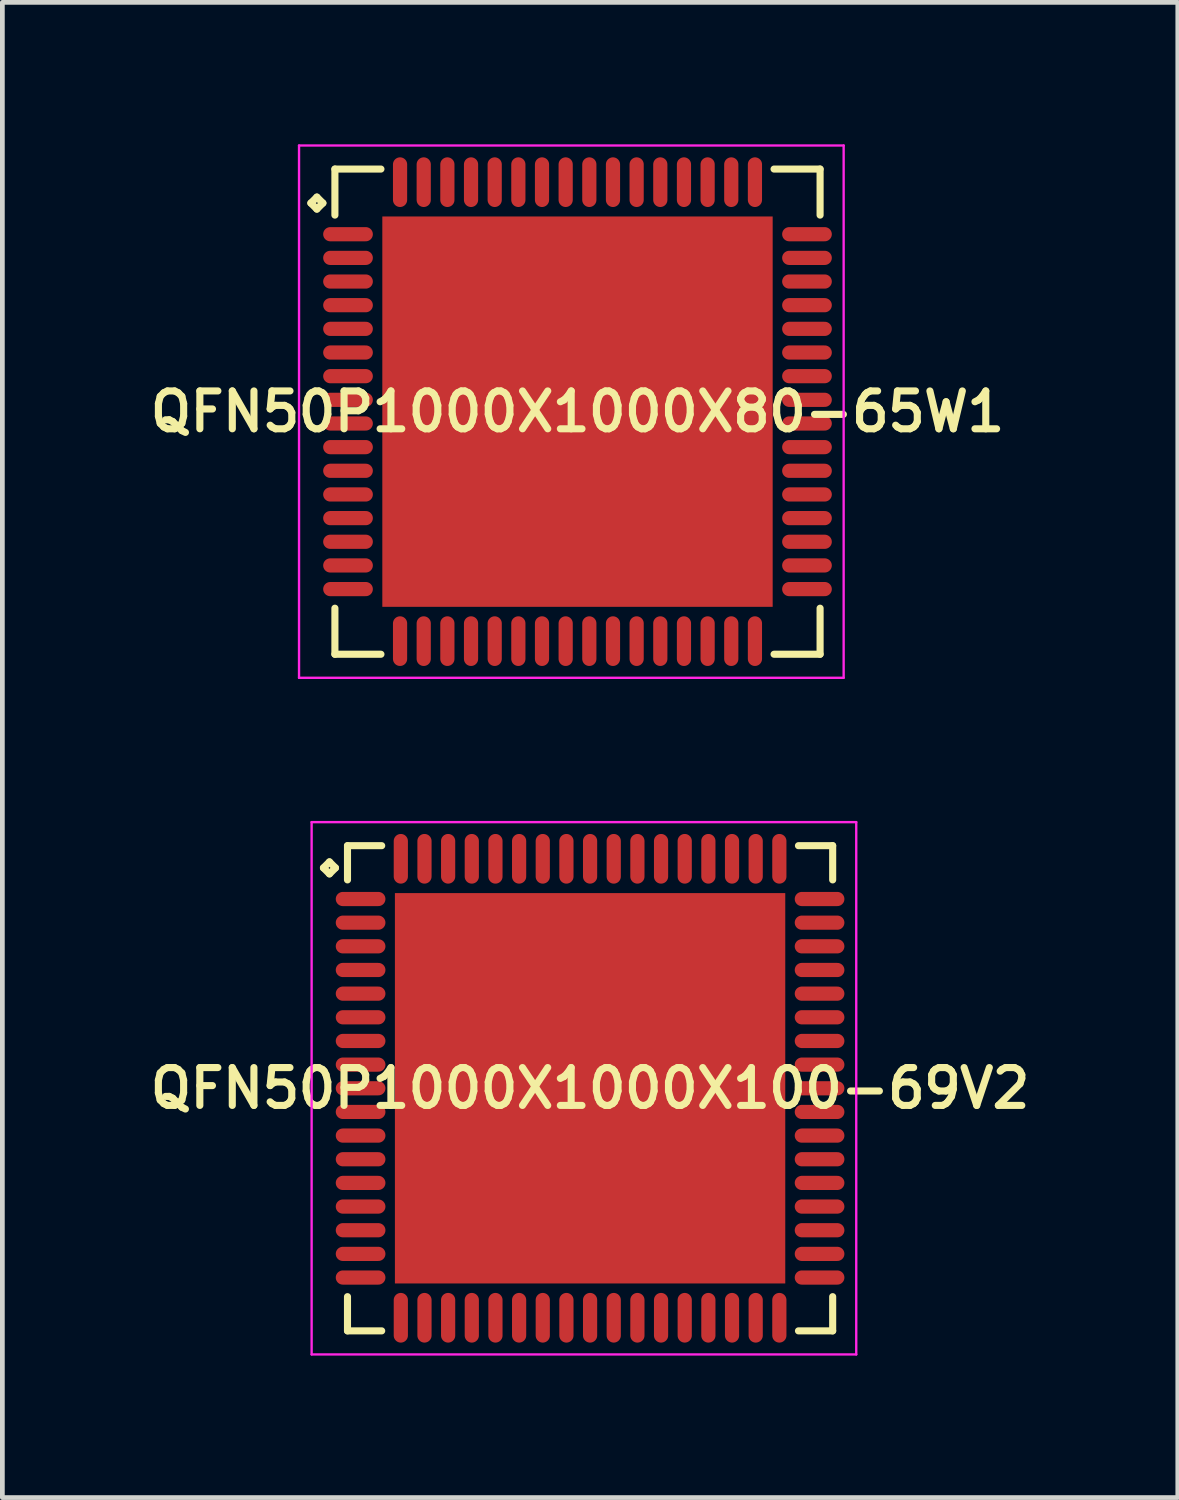
<source format=kicad_pcb>
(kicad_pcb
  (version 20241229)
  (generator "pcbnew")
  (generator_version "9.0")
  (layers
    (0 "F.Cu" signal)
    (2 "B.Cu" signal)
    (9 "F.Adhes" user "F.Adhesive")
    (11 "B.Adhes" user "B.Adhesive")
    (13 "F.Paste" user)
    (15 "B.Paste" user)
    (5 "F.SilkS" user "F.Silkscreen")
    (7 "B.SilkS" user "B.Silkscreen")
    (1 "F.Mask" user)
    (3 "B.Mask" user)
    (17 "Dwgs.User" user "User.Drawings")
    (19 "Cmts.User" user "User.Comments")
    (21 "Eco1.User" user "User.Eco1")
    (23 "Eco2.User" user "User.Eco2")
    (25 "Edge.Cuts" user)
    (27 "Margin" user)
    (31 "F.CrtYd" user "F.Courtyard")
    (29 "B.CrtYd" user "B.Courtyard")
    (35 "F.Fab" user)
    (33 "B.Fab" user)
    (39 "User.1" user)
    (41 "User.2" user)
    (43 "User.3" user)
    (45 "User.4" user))
  (footprint "QFN50P1000X1000X80-65W1"
    (layer "F.Cu")
    (at 9.155 5.65)
    (property "Reference" "QFN50P1000X1000X80-65W1" (at 0 0 0) (layer "F.SilkS") (effects (font (size 0.8 0.8) (thickness 0.15))))
    (attr smd)
    (fp_line (start -5.635 -4.408) (end -5.508 -4.535) (stroke (width 0.15) (type solid)) (layer "F.SilkS"))
    (fp_line (start -5.508 -4.535) (end -5.381 -4.408) (stroke (width 0.15) (type solid)) (layer "F.SilkS"))
    (fp_line (start -5.508 -4.281) (end -5.635 -4.408) (stroke (width 0.15) (type solid)) (layer "F.SilkS"))
    (fp_line (start -5.381 -4.408) (end -5.508 -4.281) (stroke (width 0.15) (type solid)) (layer "F.SilkS"))
    (fp_line (start -5.127 -5.127) (end -4.154 -5.127) (stroke (width 0.15) (type solid)) (layer "F.SilkS"))
    (fp_line (start -5.127 -4.154) (end -5.127 -5.127) (stroke (width 0.15) (type solid)) (layer "F.SilkS"))
    (fp_line (start -5.127 4.154) (end -5.127 5.127) (stroke (width 0.15) (type solid)) (layer "F.SilkS"))
    (fp_line (start -5.127 5.127) (end -4.154 5.127) (stroke (width 0.15) (type solid)) (layer "F.SilkS"))
    (fp_line (start 4.154 -5.127) (end 5.127 -5.127) (stroke (width 0.15) (type solid)) (layer "F.SilkS"))
    (fp_line (start 4.154 5.127) (end 5.127 5.127) (stroke (width 0.15) (type solid)) (layer "F.SilkS"))
    (fp_line (start 5.127 -5.127) (end 5.127 -4.154) (stroke (width 0.15) (type solid)) (layer "F.SilkS"))
    (fp_line (start 5.127 5.127) (end 5.127 4.154) (stroke (width 0.15) (type solid)) (layer "F.SilkS"))
    (fp_line (start -5.885 -5.625) (end 5.625 -5.625) (stroke (width 0.05) (type solid)) (layer "F.CrtYd"))
    (fp_line (start -5.885 5.625) (end -5.885 -5.625) (stroke (width 0.05) (type solid)) (layer "F.CrtYd"))
    (fp_line (start 5.625 -5.625) (end 5.625 5.625) (stroke (width 0.05) (type solid)) (layer "F.CrtYd"))
    (fp_line (start 5.625 5.625) (end -5.885 5.625) (stroke (width 0.05) (type solid)) (layer "F.CrtYd"))
    (pad "1" smd oval (at -4.85 -3.75) (size 1.05 0.3) (layers "F.Cu" "F.Mask" "F.Paste"))
    (pad "2" smd oval (at -4.85 -3.25) (size 1.05 0.3) (layers "F.Cu" "F.Mask" "F.Paste"))
    (pad "3" smd oval (at -4.85 -2.75) (size 1.05 0.3) (layers "F.Cu" "F.Mask" "F.Paste"))
    (pad "4" smd oval (at -4.85 -2.25) (size 1.05 0.3) (layers "F.Cu" "F.Mask" "F.Paste"))
    (pad "5" smd oval (at -4.85 -1.75) (size 1.05 0.3) (layers "F.Cu" "F.Mask" "F.Paste"))
    (pad "6" smd oval (at -4.85 -1.25) (size 1.05 0.3) (layers "F.Cu" "F.Mask" "F.Paste"))
    (pad "7" smd oval (at -4.85 -0.75) (size 1.05 0.3) (layers "F.Cu" "F.Mask" "F.Paste"))
    (pad "8" smd oval (at -4.85 -0.25) (size 1.05 0.3) (layers "F.Cu" "F.Mask" "F.Paste"))
    (pad "9" smd oval (at -4.85 0.25) (size 1.05 0.3) (layers "F.Cu" "F.Mask" "F.Paste"))
    (pad "10" smd oval (at -4.85 0.75) (size 1.05 0.3) (layers "F.Cu" "F.Mask" "F.Paste"))
    (pad "11" smd oval (at -4.85 1.25) (size 1.05 0.3) (layers "F.Cu" "F.Mask" "F.Paste"))
    (pad "12" smd oval (at -4.85 1.75) (size 1.05 0.3) (layers "F.Cu" "F.Mask" "F.Paste"))
    (pad "13" smd oval (at -4.85 2.25) (size 1.05 0.3) (layers "F.Cu" "F.Mask" "F.Paste"))
    (pad "14" smd oval (at -4.85 2.75) (size 1.05 0.3) (layers "F.Cu" "F.Mask" "F.Paste"))
    (pad "15" smd oval (at -4.85 3.25) (size 1.05 0.3) (layers "F.Cu" "F.Mask" "F.Paste"))
    (pad "16" smd oval (at -4.85 3.75) (size 1.05 0.3) (layers "F.Cu" "F.Mask" "F.Paste"))
    (pad "17" smd oval (at -3.75 4.85) (size 0.3 1.05) (layers "F.Cu" "F.Mask" "F.Paste"))
    (pad "18" smd oval (at -3.25 4.85) (size 0.3 1.05) (layers "F.Cu" "F.Mask" "F.Paste"))
    (pad "19" smd oval (at -2.75 4.85) (size 0.3 1.05) (layers "F.Cu" "F.Mask" "F.Paste"))
    (pad "20" smd oval (at -2.25 4.85) (size 0.3 1.05) (layers "F.Cu" "F.Mask" "F.Paste"))
    (pad "21" smd oval (at -1.75 4.85) (size 0.3 1.05) (layers "F.Cu" "F.Mask" "F.Paste"))
    (pad "22" smd oval (at -1.25 4.85) (size 0.3 1.05) (layers "F.Cu" "F.Mask" "F.Paste"))
    (pad "23" smd oval (at -0.75 4.85) (size 0.3 1.05) (layers "F.Cu" "F.Mask" "F.Paste"))
    (pad "24" smd oval (at -0.25 4.85) (size 0.3 1.05) (layers "F.Cu" "F.Mask" "F.Paste"))
    (pad "25" smd oval (at 0.25 4.85) (size 0.3 1.05) (layers "F.Cu" "F.Mask" "F.Paste"))
    (pad "26" smd oval (at 0.75 4.85) (size 0.3 1.05) (layers "F.Cu" "F.Mask" "F.Paste"))
    (pad "27" smd oval (at 1.25 4.85) (size 0.3 1.05) (layers "F.Cu" "F.Mask" "F.Paste"))
    (pad "28" smd oval (at 1.75 4.85) (size 0.3 1.05) (layers "F.Cu" "F.Mask" "F.Paste"))
    (pad "29" smd oval (at 2.25 4.85) (size 0.3 1.05) (layers "F.Cu" "F.Mask" "F.Paste"))
    (pad "30" smd oval (at 2.75 4.85) (size 0.3 1.05) (layers "F.Cu" "F.Mask" "F.Paste"))
    (pad "31" smd oval (at 3.25 4.85) (size 0.3 1.05) (layers "F.Cu" "F.Mask" "F.Paste"))
    (pad "32" smd oval (at 3.75 4.85) (size 0.3 1.05) (layers "F.Cu" "F.Mask" "F.Paste"))
    (pad "33" smd oval (at 4.85 3.75) (size 1.05 0.3) (layers "F.Cu" "F.Mask" "F.Paste"))
    (pad "34" smd oval (at 4.85 3.25) (size 1.05 0.3) (layers "F.Cu" "F.Mask" "F.Paste"))
    (pad "35" smd oval (at 4.85 2.75) (size 1.05 0.3) (layers "F.Cu" "F.Mask" "F.Paste"))
    (pad "36" smd oval (at 4.85 2.25) (size 1.05 0.3) (layers "F.Cu" "F.Mask" "F.Paste"))
    (pad "37" smd oval (at 4.85 1.75) (size 1.05 0.3) (layers "F.Cu" "F.Mask" "F.Paste"))
    (pad "38" smd oval (at 4.85 1.25) (size 1.05 0.3) (layers "F.Cu" "F.Mask" "F.Paste"))
    (pad "39" smd oval (at 4.85 0.75) (size 1.05 0.3) (layers "F.Cu" "F.Mask" "F.Paste"))
    (pad "40" smd oval (at 4.85 0.25) (size 1.05 0.3) (layers "F.Cu" "F.Mask" "F.Paste"))
    (pad "41" smd oval (at 4.85 -0.25) (size 1.05 0.3) (layers "F.Cu" "F.Mask" "F.Paste"))
    (pad "42" smd oval (at 4.85 -0.75) (size 1.05 0.3) (layers "F.Cu" "F.Mask" "F.Paste"))
    (pad "43" smd oval (at 4.85 -1.25) (size 1.05 0.3) (layers "F.Cu" "F.Mask" "F.Paste"))
    (pad "44" smd oval (at 4.85 -1.75) (size 1.05 0.3) (layers "F.Cu" "F.Mask" "F.Paste"))
    (pad "45" smd oval (at 4.85 -2.25) (size 1.05 0.3) (layers "F.Cu" "F.Mask" "F.Paste"))
    (pad "46" smd oval (at 4.85 -2.75) (size 1.05 0.3) (layers "F.Cu" "F.Mask" "F.Paste"))
    (pad "47" smd oval (at 4.85 -3.25) (size 1.05 0.3) (layers "F.Cu" "F.Mask" "F.Paste"))
    (pad "48" smd oval (at 4.85 -3.75) (size 1.05 0.3) (layers "F.Cu" "F.Mask" "F.Paste"))
    (pad "49" smd oval (at 3.75 -4.85) (size 0.3 1.05) (layers "F.Cu" "F.Mask" "F.Paste"))
    (pad "50" smd oval (at 3.25 -4.85) (size 0.3 1.05) (layers "F.Cu" "F.Mask" "F.Paste"))
    (pad "51" smd oval (at 2.75 -4.85) (size 0.3 1.05) (layers "F.Cu" "F.Mask" "F.Paste"))
    (pad "52" smd oval (at 2.25 -4.85) (size 0.3 1.05) (layers "F.Cu" "F.Mask" "F.Paste"))
    (pad "53" smd oval (at 1.75 -4.85) (size 0.3 1.05) (layers "F.Cu" "F.Mask" "F.Paste"))
    (pad "54" smd oval (at 1.25 -4.85) (size 0.3 1.05) (layers "F.Cu" "F.Mask" "F.Paste"))
    (pad "55" smd oval (at 0.75 -4.85) (size 0.3 1.05) (layers "F.Cu" "F.Mask" "F.Paste"))
    (pad "56" smd oval (at 0.25 -4.85) (size 0.3 1.05) (layers "F.Cu" "F.Mask" "F.Paste"))
    (pad "57" smd oval (at -0.25 -4.85) (size 0.3 1.05) (layers "F.Cu" "F.Mask" "F.Paste"))
    (pad "58" smd oval (at -0.75 -4.85) (size 0.3 1.05) (layers "F.Cu" "F.Mask" "F.Paste"))
    (pad "59" smd oval (at -1.25 -4.85) (size 0.3 1.05) (layers "F.Cu" "F.Mask" "F.Paste"))
    (pad "60" smd oval (at -1.75 -4.85) (size 0.3 1.05) (layers "F.Cu" "F.Mask" "F.Paste"))
    (pad "61" smd oval (at -2.25 -4.85) (size 0.3 1.05) (layers "F.Cu" "F.Mask" "F.Paste"))
    (pad "62" smd oval (at -2.75 -4.85) (size 0.3 1.05) (layers "F.Cu" "F.Mask" "F.Paste"))
    (pad "63" smd oval (at -3.25 -4.85) (size 0.3 1.05) (layers "F.Cu" "F.Mask" "F.Paste"))
    (pad "64" smd oval (at -3.75 -4.85) (size 0.3 1.05) (layers "F.Cu" "F.Mask" "F.Paste"))
    (pad "65" smd rect (at 0 0) (size 8.25 8.25) (layers "F.Cu" "F.Mask" "F.Paste")))
  (footprint "QFN50P1000X1000X100-69V2"
    (layer "F.Cu")
    (at 9.421 19.95)
    (property "Reference" "QFN50P1000X1000X100-69V2" (at 0 0 0) (layer "F.SilkS") (effects (font (size 0.8 0.8) (thickness 0.15))))
    (attr smd)
    (fp_line (start -5.635 -4.658) (end -5.508 -4.785) (stroke (width 0.15) (type solid)) (layer "F.SilkS"))
    (fp_line (start -5.508 -4.785) (end -5.381 -4.658) (stroke (width 0.15) (type solid)) (layer "F.SilkS"))
    (fp_line (start -5.508 -4.531) (end -5.635 -4.658) (stroke (width 0.15) (type solid)) (layer "F.SilkS"))
    (fp_line (start -5.381 -4.658) (end -5.508 -4.531) (stroke (width 0.15) (type solid)) (layer "F.SilkS"))
    (fp_line (start -5.127 -5.127) (end -4.404 -5.127) (stroke (width 0.15) (type solid)) (layer "F.SilkS"))
    (fp_line (start -5.127 -4.404) (end -5.127 -5.127) (stroke (width 0.15) (type solid)) (layer "F.SilkS"))
    (fp_line (start -5.127 4.404) (end -5.127 5.127) (stroke (width 0.15) (type solid)) (layer "F.SilkS"))
    (fp_line (start -5.127 5.127) (end -4.404 5.127) (stroke (width 0.15) (type solid)) (layer "F.SilkS"))
    (fp_line (start 4.404 -5.127) (end 5.127 -5.127) (stroke (width 0.15) (type solid)) (layer "F.SilkS"))
    (fp_line (start 4.404 5.127) (end 5.127 5.127) (stroke (width 0.15) (type solid)) (layer "F.SilkS"))
    (fp_line (start 5.127 -5.127) (end 5.127 -4.404) (stroke (width 0.15) (type solid)) (layer "F.SilkS"))
    (fp_line (start 5.127 5.127) (end 5.127 4.404) (stroke (width 0.15) (type solid)) (layer "F.SilkS"))
    (fp_line (start -5.885 -5.625) (end 5.625 -5.625) (stroke (width 0.05) (type solid)) (layer "F.CrtYd"))
    (fp_line (start -5.885 5.625) (end -5.885 -5.625) (stroke (width 0.05) (type solid)) (layer "F.CrtYd"))
    (fp_line (start 5.625 -5.625) (end 5.625 5.625) (stroke (width 0.05) (type solid)) (layer "F.CrtYd"))
    (fp_line (start 5.625 5.625) (end -5.885 5.625) (stroke (width 0.05) (type solid)) (layer "F.CrtYd"))
    (pad "1" smd oval (at -4.85 -4) (size 1.05 0.3) (layers "F.Cu" "F.Mask" "F.Paste"))
    (pad "2" smd oval (at -4.85 -3.5) (size 1.05 0.3) (layers "F.Cu" "F.Mask" "F.Paste"))
    (pad "3" smd oval (at -4.85 -3) (size 1.05 0.3) (layers "F.Cu" "F.Mask" "F.Paste"))
    (pad "4" smd oval (at -4.85 -2.5) (size 1.05 0.3) (layers "F.Cu" "F.Mask" "F.Paste"))
    (pad "5" smd oval (at -4.85 -2) (size 1.05 0.3) (layers "F.Cu" "F.Mask" "F.Paste"))
    (pad "6" smd oval (at -4.85 -1.5) (size 1.05 0.3) (layers "F.Cu" "F.Mask" "F.Paste"))
    (pad "7" smd oval (at -4.85 -1) (size 1.05 0.3) (layers "F.Cu" "F.Mask" "F.Paste"))
    (pad "8" smd oval (at -4.85 -0.5) (size 1.05 0.3) (layers "F.Cu" "F.Mask" "F.Paste"))
    (pad "9" smd oval (at -4.85 0) (size 1.05 0.3) (layers "F.Cu" "F.Mask" "F.Paste"))
    (pad "10" smd oval (at -4.85 0.5) (size 1.05 0.3) (layers "F.Cu" "F.Mask" "F.Paste"))
    (pad "11" smd oval (at -4.85 1) (size 1.05 0.3) (layers "F.Cu" "F.Mask" "F.Paste"))
    (pad "12" smd oval (at -4.85 1.5) (size 1.05 0.3) (layers "F.Cu" "F.Mask" "F.Paste"))
    (pad "13" smd oval (at -4.85 2) (size 1.05 0.3) (layers "F.Cu" "F.Mask" "F.Paste"))
    (pad "14" smd oval (at -4.85 2.5) (size 1.05 0.3) (layers "F.Cu" "F.Mask" "F.Paste"))
    (pad "15" smd oval (at -4.85 3) (size 1.05 0.3) (layers "F.Cu" "F.Mask" "F.Paste"))
    (pad "16" smd oval (at -4.85 3.5) (size 1.05 0.3) (layers "F.Cu" "F.Mask" "F.Paste"))
    (pad "17" smd oval (at -4.85 4) (size 1.05 0.3) (layers "F.Cu" "F.Mask" "F.Paste"))
    (pad "18" smd oval (at -4 4.85) (size 0.3 1.05) (layers "F.Cu" "F.Mask" "F.Paste"))
    (pad "19" smd oval (at -3.5 4.85) (size 0.3 1.05) (layers "F.Cu" "F.Mask" "F.Paste"))
    (pad "20" smd oval (at -3 4.85) (size 0.3 1.05) (layers "F.Cu" "F.Mask" "F.Paste"))
    (pad "21" smd oval (at -2.5 4.85) (size 0.3 1.05) (layers "F.Cu" "F.Mask" "F.Paste"))
    (pad "22" smd oval (at -2 4.85) (size 0.3 1.05) (layers "F.Cu" "F.Mask" "F.Paste"))
    (pad "23" smd oval (at -1.5 4.85) (size 0.3 1.05) (layers "F.Cu" "F.Mask" "F.Paste"))
    (pad "24" smd oval (at -1 4.85) (size 0.3 1.05) (layers "F.Cu" "F.Mask" "F.Paste"))
    (pad "25" smd oval (at -0.5 4.85) (size 0.3 1.05) (layers "F.Cu" "F.Mask" "F.Paste"))
    (pad "26" smd oval (at 0 4.85) (size 0.3 1.05) (layers "F.Cu" "F.Mask" "F.Paste"))
    (pad "27" smd oval (at 0.5 4.85) (size 0.3 1.05) (layers "F.Cu" "F.Mask" "F.Paste"))
    (pad "28" smd oval (at 1 4.85) (size 0.3 1.05) (layers "F.Cu" "F.Mask" "F.Paste"))
    (pad "29" smd oval (at 1.5 4.85) (size 0.3 1.05) (layers "F.Cu" "F.Mask" "F.Paste"))
    (pad "30" smd oval (at 2 4.85) (size 0.3 1.05) (layers "F.Cu" "F.Mask" "F.Paste"))
    (pad "31" smd oval (at 2.5 4.85) (size 0.3 1.05) (layers "F.Cu" "F.Mask" "F.Paste"))
    (pad "32" smd oval (at 3 4.85) (size 0.3 1.05) (layers "F.Cu" "F.Mask" "F.Paste"))
    (pad "33" smd oval (at 3.5 4.85) (size 0.3 1.05) (layers "F.Cu" "F.Mask" "F.Paste"))
    (pad "34" smd oval (at 4 4.85) (size 0.3 1.05) (layers "F.Cu" "F.Mask" "F.Paste"))
    (pad "35" smd oval (at 4.85 4) (size 1.05 0.3) (layers "F.Cu" "F.Mask" "F.Paste"))
    (pad "36" smd oval (at 4.85 3.5) (size 1.05 0.3) (layers "F.Cu" "F.Mask" "F.Paste"))
    (pad "37" smd oval (at 4.85 3) (size 1.05 0.3) (layers "F.Cu" "F.Mask" "F.Paste"))
    (pad "38" smd oval (at 4.85 2.5) (size 1.05 0.3) (layers "F.Cu" "F.Mask" "F.Paste"))
    (pad "39" smd oval (at 4.85 2) (size 1.05 0.3) (layers "F.Cu" "F.Mask" "F.Paste"))
    (pad "40" smd oval (at 4.85 1.5) (size 1.05 0.3) (layers "F.Cu" "F.Mask" "F.Paste"))
    (pad "41" smd oval (at 4.85 1) (size 1.05 0.3) (layers "F.Cu" "F.Mask" "F.Paste"))
    (pad "42" smd oval (at 4.85 0.5) (size 1.05 0.3) (layers "F.Cu" "F.Mask" "F.Paste"))
    (pad "43" smd oval (at 4.85 0) (size 1.05 0.3) (layers "F.Cu" "F.Mask" "F.Paste"))
    (pad "44" smd oval (at 4.85 -0.5) (size 1.05 0.3) (layers "F.Cu" "F.Mask" "F.Paste"))
    (pad "45" smd oval (at 4.85 -1) (size 1.05 0.3) (layers "F.Cu" "F.Mask" "F.Paste"))
    (pad "46" smd oval (at 4.85 -1.5) (size 1.05 0.3) (layers "F.Cu" "F.Mask" "F.Paste"))
    (pad "47" smd oval (at 4.85 -2) (size 1.05 0.3) (layers "F.Cu" "F.Mask" "F.Paste"))
    (pad "48" smd oval (at 4.85 -2.5) (size 1.05 0.3) (layers "F.Cu" "F.Mask" "F.Paste"))
    (pad "49" smd oval (at 4.85 -3) (size 1.05 0.3) (layers "F.Cu" "F.Mask" "F.Paste"))
    (pad "50" smd oval (at 4.85 -3.5) (size 1.05 0.3) (layers "F.Cu" "F.Mask" "F.Paste"))
    (pad "51" smd oval (at 4.85 -4) (size 1.05 0.3) (layers "F.Cu" "F.Mask" "F.Paste"))
    (pad "52" smd oval (at 4 -4.85) (size 0.3 1.05) (layers "F.Cu" "F.Mask" "F.Paste"))
    (pad "53" smd oval (at 3.5 -4.85) (size 0.3 1.05) (layers "F.Cu" "F.Mask" "F.Paste"))
    (pad "54" smd oval (at 3 -4.85) (size 0.3 1.05) (layers "F.Cu" "F.Mask" "F.Paste"))
    (pad "55" smd oval (at 2.5 -4.85) (size 0.3 1.05) (layers "F.Cu" "F.Mask" "F.Paste"))
    (pad "56" smd oval (at 2 -4.85) (size 0.3 1.05) (layers "F.Cu" "F.Mask" "F.Paste"))
    (pad "57" smd oval (at 1.5 -4.85) (size 0.3 1.05) (layers "F.Cu" "F.Mask" "F.Paste"))
    (pad "58" smd oval (at 1 -4.85) (size 0.3 1.05) (layers "F.Cu" "F.Mask" "F.Paste"))
    (pad "59" smd oval (at 0.5 -4.85) (size 0.3 1.05) (layers "F.Cu" "F.Mask" "F.Paste"))
    (pad "60" smd oval (at 0 -4.85) (size 0.3 1.05) (layers "F.Cu" "F.Mask" "F.Paste"))
    (pad "61" smd oval (at -0.5 -4.85) (size 0.3 1.05) (layers "F.Cu" "F.Mask" "F.Paste"))
    (pad "62" smd oval (at -1 -4.85) (size 0.3 1.05) (layers "F.Cu" "F.Mask" "F.Paste"))
    (pad "63" smd oval (at -1.5 -4.85) (size 0.3 1.05) (layers "F.Cu" "F.Mask" "F.Paste"))
    (pad "64" smd oval (at -2 -4.85) (size 0.3 1.05) (layers "F.Cu" "F.Mask" "F.Paste"))
    (pad "65" smd oval (at -2.5 -4.85) (size 0.3 1.05) (layers "F.Cu" "F.Mask" "F.Paste"))
    (pad "66" smd oval (at -3 -4.85) (size 0.3 1.05) (layers "F.Cu" "F.Mask" "F.Paste"))
    (pad "67" smd oval (at -3.5 -4.85) (size 0.3 1.05) (layers "F.Cu" "F.Mask" "F.Paste"))
    (pad "68" smd oval (at -4 -4.85) (size 0.3 1.05) (layers "F.Cu" "F.Mask" "F.Paste"))
    (pad "69" smd rect (at 0 0) (size 8.25 8.25) (layers "F.Cu" "F.Mask" "F.Paste")))
  (gr_rect
    (start -3 -3)
    (end 21.842 28.6)
    (stroke (width 0.1) (type default))
    (fill no)
    (layer "Edge.Cuts")))
</source>
